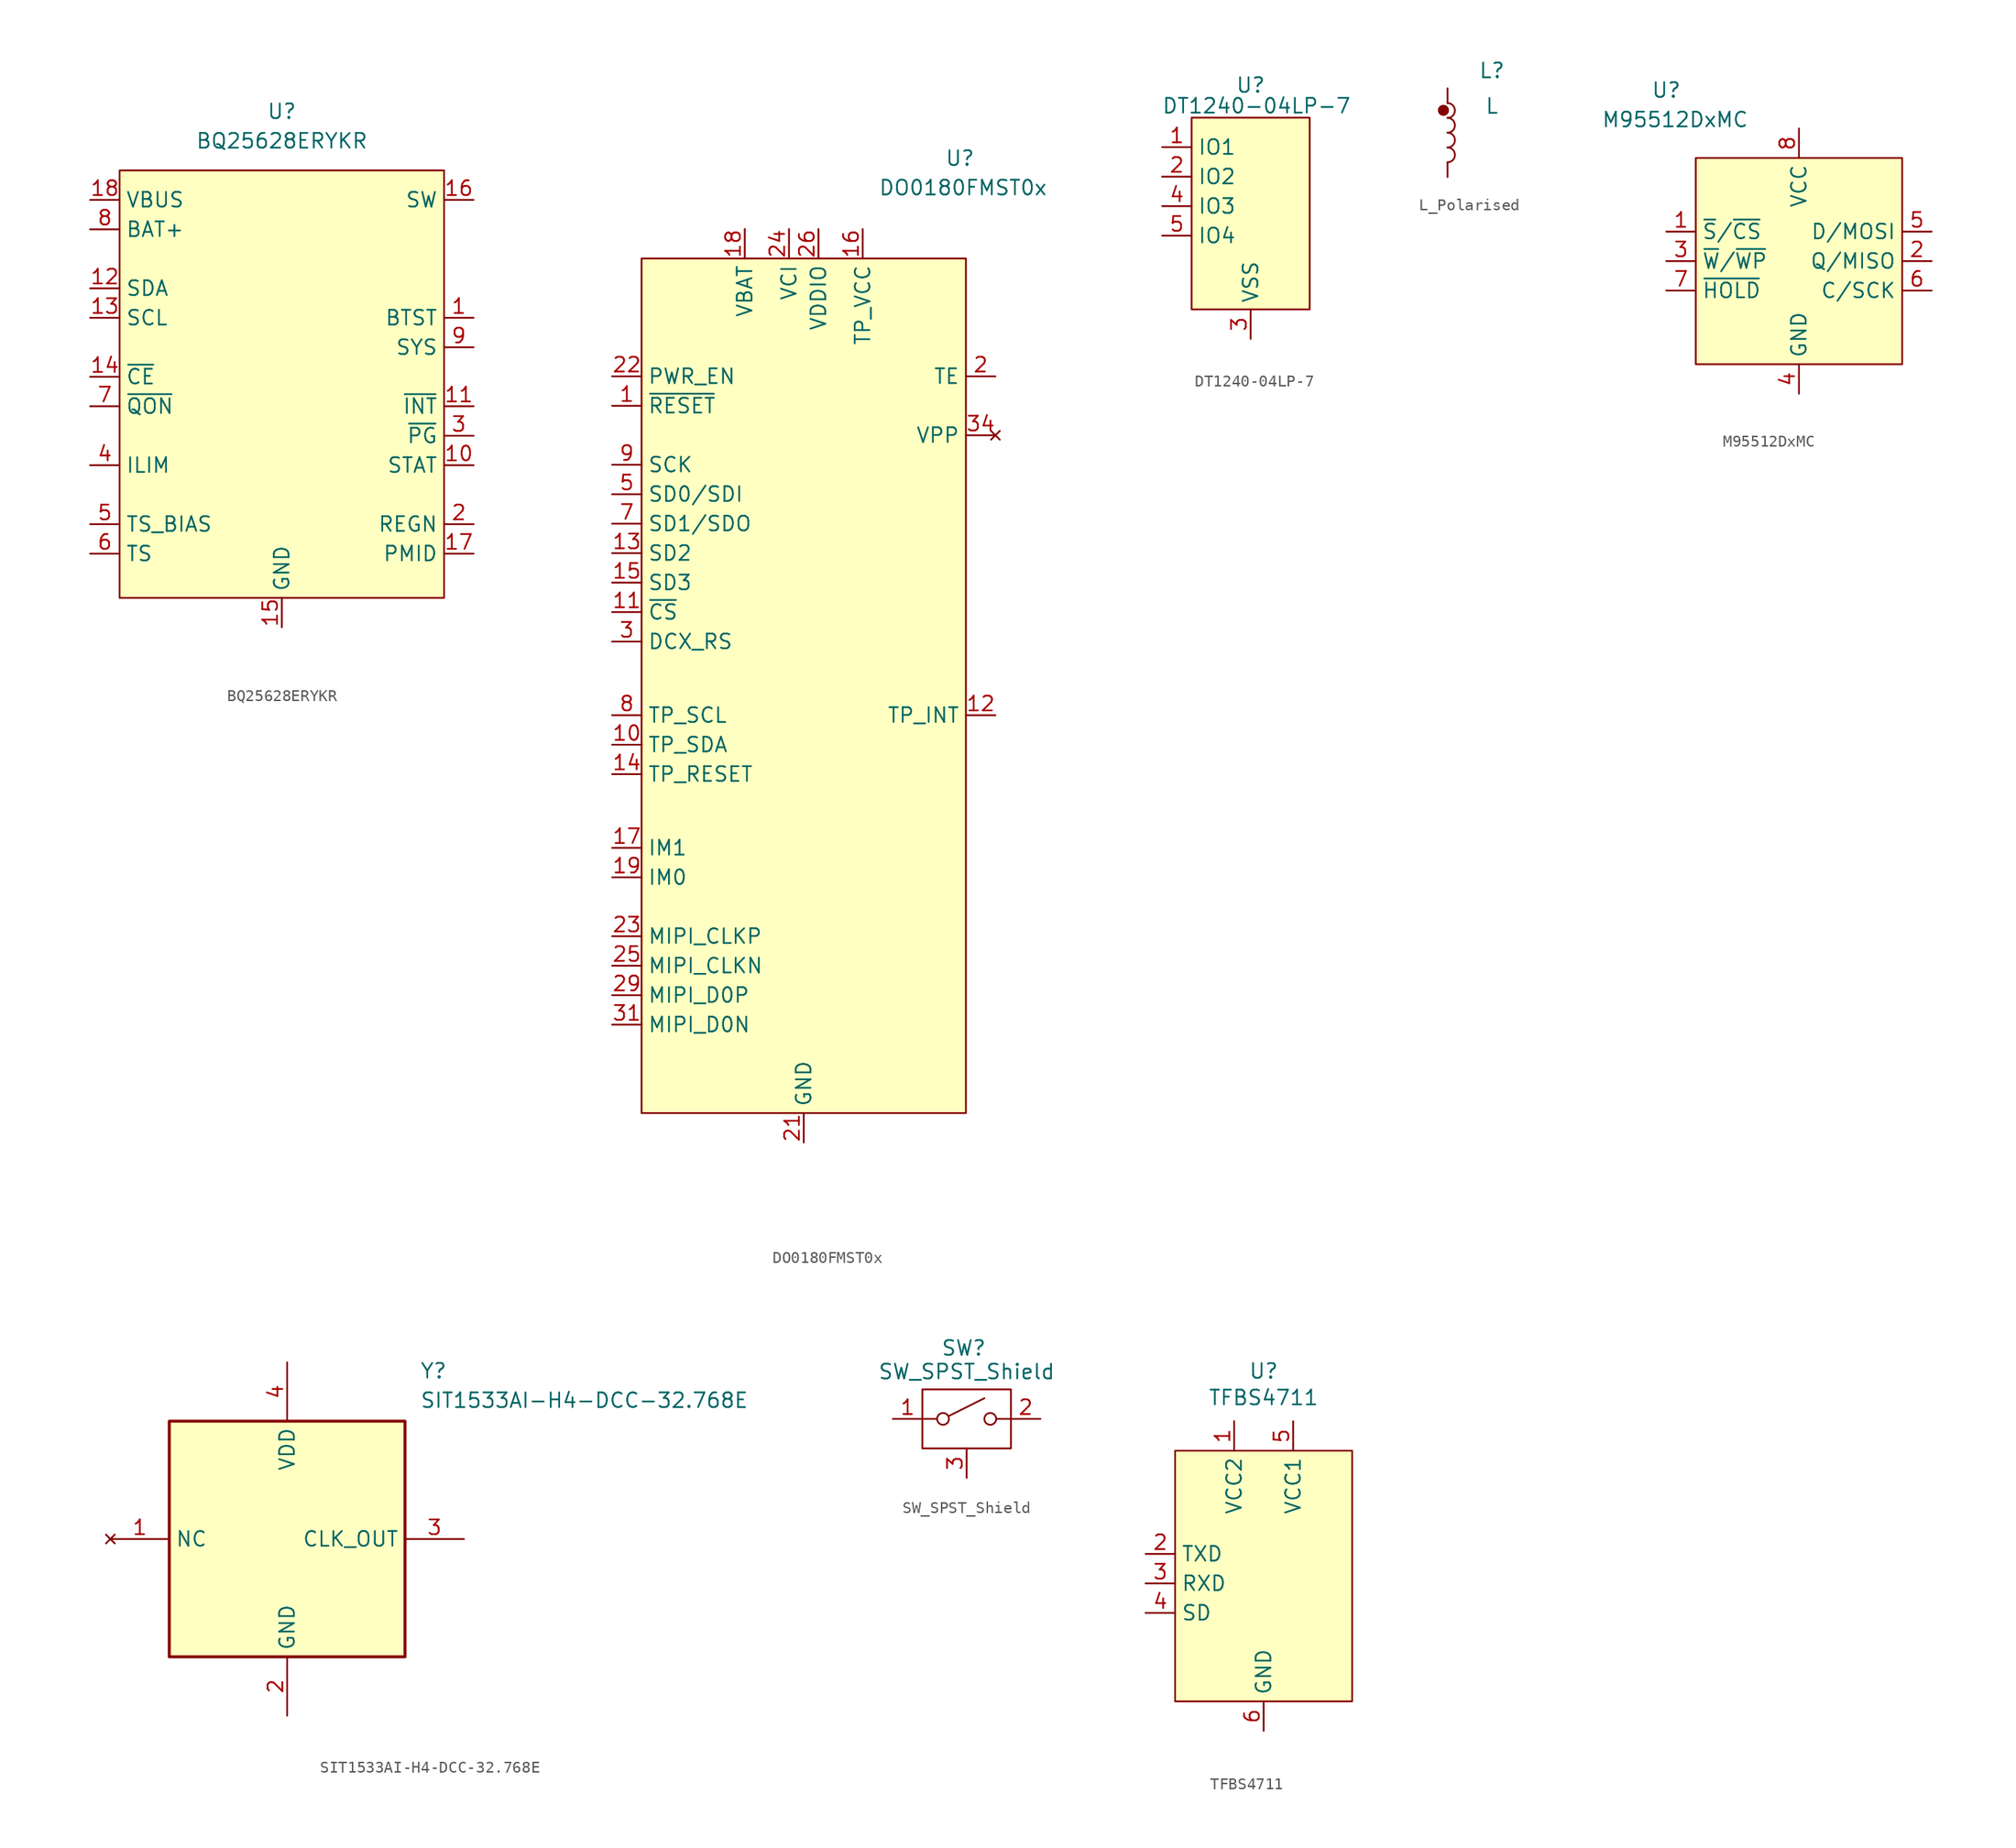
<source format=kicad_sym>
(kicad_symbol_lib
  (version 20241209)
  (generator "kicad_symbol_editor")
  (generator_version "9.0")
  (symbol "BQ25628ERYKR"
    (property "Reference" "U"
      (at 0 3.81 0)
      (effects (font (size 1.27 1.27))))
    (property "Value" "BQ25628ERYKR"
      (at 0 1.27 0)
      (effects (font (size 1.27 1.27))))
    (symbol "BQ25628ERYKR_1_1"
      (rectangle (start -13.97 -1.27) (end 13.97 -38.1) (stroke (width 0) (type solid)) (fill (type background)))
      (pin passive line (at -16.51 -3.81 0) (length 2.54) (name "VBUS" (effects (font (size 1.27 1.27)))) (number "18" (effects (font (size 1.27 1.27)))))
      (pin passive line (at -16.51 -6.35 0) (length 2.54) (name "BAT+" (effects (font (size 1.27 1.27)))) (number "8" (effects (font (size 1.27 1.27)))))
      (pin passive line (at -16.51 -11.43 0) (length 2.54) (name "SDA" (effects (font (size 1.27 1.27)))) (number "12" (effects (font (size 1.27 1.27)))))
      (pin passive line (at -16.51 -13.97 0) (length 2.54) (name "SCL" (effects (font (size 1.27 1.27)))) (number "13" (effects (font (size 1.27 1.27)))))
      (pin passive line (at -16.51 -19.05 0) (length 2.54) (name "~{CE}" (effects (font (size 1.27 1.27)))) (number "14" (effects (font (size 1.27 1.27)))))
      (pin passive line (at -16.51 -21.59 0) (length 2.54) (name "~{QON}" (effects (font (size 1.27 1.27)))) (number "7" (effects (font (size 1.27 1.27)))))
      (pin passive line (at -16.51 -26.67 0) (length 2.54) (name "ILIM" (effects (font (size 1.27 1.27)))) (number "4" (effects (font (size 1.27 1.27)))))
      (pin passive line (at -16.51 -31.75 0) (length 2.54) (name "TS_BIAS" (effects (font (size 1.27 1.27)))) (number "5" (effects (font (size 1.27 1.27)))))
      (pin passive line (at -16.51 -34.29 0) (length 2.54) (name "TS" (effects (font (size 1.27 1.27)))) (number "6" (effects (font (size 1.27 1.27)))))
      (pin passive line (at 0 -40.64 90) (length 2.54) (name "GND" (effects (font (size 1.27 1.27)))) (number "15" (effects (font (size 1.27 1.27)))))
      (pin passive line (at 16.51 -3.81 180) (length 2.54) (name "SW" (effects (font (size 1.27 1.27)))) (number "16" (effects (font (size 1.27 1.27)))))
      (pin passive line (at 16.51 -13.97 180) (length 2.54) (name "BTST" (effects (font (size 1.27 1.27)))) (number "1" (effects (font (size 1.27 1.27)))))
      (pin passive line (at 16.51 -16.51 180) (length 2.54) (name "SYS" (effects (font (size 1.27 1.27)))) (number "9" (effects (font (size 1.27 1.27)))))
      (pin passive line (at 16.51 -21.59 180) (length 2.54) (name "~{INT}" (effects (font (size 1.27 1.27)))) (number "11" (effects (font (size 1.27 1.27)))))
      (pin passive line (at 16.51 -24.13 180) (length 2.54) (name "~{PG}" (effects (font (size 1.27 1.27)))) (number "3" (effects (font (size 1.27 1.27)))))
      (pin passive line (at 16.51 -26.67 180) (length 2.54) (name "STAT" (effects (font (size 1.27 1.27)))) (number "10" (effects (font (size 1.27 1.27)))))
      (pin passive line (at 16.51 -31.75 180) (length 2.54) (name "REGN" (effects (font (size 1.27 1.27)))) (number "2" (effects (font (size 1.27 1.27)))))
      (pin passive line (at 16.51 -34.29 180) (length 2.54) (name "PMID" (effects (font (size 1.27 1.27)))) (number "17" (effects (font (size 1.27 1.27)))))))
  (symbol "DO0180FMST0x"
    (property "Reference" "U"
      (at 13.462 6.096 0)
      (effects (font (size 1.27 1.27))))
    (property "Value" "DO0180FMST0x"
      (at 13.716 3.556 0)
      (effects (font (size 1.27 1.27))))
    (symbol "DO0180FMST0x_1_1"
      (rectangle (start -13.97 -2.54) (end 13.97 -76.2) (stroke (width 0) (type solid)) (fill (type background)))
      (pin passive line (at -16.51 -12.7 0) (length 2.54) (name "PWR_EN" (effects (font (size 1.27 1.27)))) (number "22" (effects (font (size 1.27 1.27)))))
      (pin passive line (at -16.51 -15.24 0) (length 2.54) (name "~{RESET}" (effects (font (size 1.27 1.27)))) (number "1" (effects (font (size 1.27 1.27)))))
      (pin passive line (at -16.51 -20.32 0) (length 2.54) (name "SCK" (effects (font (size 1.27 1.27)))) (number "9" (effects (font (size 1.27 1.27)))))
      (pin passive line (at -16.51 -22.86 0) (length 2.54) (name "SD0/SDI" (effects (font (size 1.27 1.27)))) (number "5" (effects (font (size 1.27 1.27)))))
      (pin passive line (at -16.51 -25.4 0) (length 2.54) (name "SD1/SDO" (effects (font (size 1.27 1.27)))) (number "7" (effects (font (size 1.27 1.27)))))
      (pin passive line (at -16.51 -27.94 0) (length 2.54) (name "SD2" (effects (font (size 1.27 1.27)))) (number "13" (effects (font (size 1.27 1.27)))))
      (pin passive line (at -16.51 -30.48 0) (length 2.54) (name "SD3" (effects (font (size 1.27 1.27)))) (number "15" (effects (font (size 1.27 1.27)))))
      (pin passive line (at -16.51 -33.02 0) (length 2.54) (name "~{CS}" (effects (font (size 1.27 1.27)))) (number "11" (effects (font (size 1.27 1.27)))))
      (pin passive line (at -16.51 -35.56 0) (length 2.54) (name "DCX_RS" (effects (font (size 1.27 1.27)))) (number "3" (effects (font (size 1.27 1.27)))))
      (pin passive line (at -16.51 -41.91 0) (length 2.54) (name "TP_SCL" (effects (font (size 1.27 1.27)))) (number "8" (effects (font (size 1.27 1.27)))))
      (pin passive line (at -16.51 -44.45 0) (length 2.54) (name "TP_SDA" (effects (font (size 1.27 1.27)))) (number "10" (effects (font (size 1.27 1.27)))))
      (pin passive line (at -16.51 -46.99 0) (length 2.54) (name "TP_RESET" (effects (font (size 1.27 1.27)))) (number "14" (effects (font (size 1.27 1.27)))))
      (pin passive line (at -16.51 -53.34 0) (length 2.54) (name "IM1" (effects (font (size 1.27 1.27)))) (number "17" (effects (font (size 1.27 1.27)))))
      (pin passive line (at -16.51 -55.88 0) (length 2.54) (name "IM0" (effects (font (size 1.27 1.27)))) (number "19" (effects (font (size 1.27 1.27)))))
      (pin passive line (at -16.51 -60.96 0) (length 2.54) (name "MIPI_CLKP" (effects (font (size 1.27 1.27)))) (number "23" (effects (font (size 1.27 1.27)))))
      (pin passive line (at -16.51 -63.5 0) (length 2.54) (name "MIPI_CLKN" (effects (font (size 1.27 1.27)))) (number "25" (effects (font (size 1.27 1.27)))))
      (pin passive line (at -16.51 -66.04 0) (length 2.54) (name "MIPI_D0P" (effects (font (size 1.27 1.27)))) (number "29" (effects (font (size 1.27 1.27)))))
      (pin passive line (at -16.51 -68.58 0) (length 2.54) (name "MIPI_D0N" (effects (font (size 1.27 1.27)))) (number "31" (effects (font (size 1.27 1.27)))))
      (pin passive line (at -5.08 0 270) (length 2.54) (name "VBAT" (effects (font (size 1.27 1.27)))) (number "18" (effects (font (size 1.27 1.27)))))
      (pin passive line (at -5.08 0 270) (length 2.54) (hide yes) (name "VBAT" (effects (font (size 1.27 1.27)))) (number "20" (effects (font (size 1.27 1.27)))))
      (pin passive line (at -1.27 0 270) (length 2.54) (name "VCI" (effects (font (size 1.27 1.27)))) (number "24" (effects (font (size 1.27 1.27)))))
      (pin passive line (at 0 -78.74 90) (length 2.54) (name "GND" (effects (font (size 1.27 1.27)))) (number "21" (effects (font (size 1.27 1.27)))))
      (pin passive line (at 0 -78.74 90) (length 2.54) (hide yes) (name "GND" (effects (font (size 1.27 1.27)))) (number "27" (effects (font (size 1.27 1.27)))))
      (pin passive line (at 0 -78.74 90) (length 2.54) (hide yes) (name "GND" (effects (font (size 1.27 1.27)))) (number "28" (effects (font (size 1.27 1.27)))))
      (pin passive line (at 0 -78.74 90) (length 2.54) (hide yes) (name "GND" (effects (font (size 1.27 1.27)))) (number "33" (effects (font (size 1.27 1.27)))))
      (pin passive line (at 0 -78.74 90) (length 2.54) (hide yes) (name "GND" (effects (font (size 1.27 1.27)))) (number "4" (effects (font (size 1.27 1.27)))))
      (pin passive line (at 1.27 0 270) (length 2.54) (name "VDDIO" (effects (font (size 1.27 1.27)))) (number "26" (effects (font (size 1.27 1.27)))))
      (pin passive line (at 5.08 0 270) (length 2.54) (name "TP_VCC" (effects (font (size 1.27 1.27)))) (number "16" (effects (font (size 1.27 1.27)))))
      (pin passive line (at 16.51 -12.7 180) (length 2.54) (name "TE" (effects (font (size 1.27 1.27)))) (number "2" (effects (font (size 1.27 1.27)))))
      (pin no_connect line (at 16.51 -17.78 180) (length 2.54) (name "VPP" (effects (font (size 1.27 1.27)))) (number "34" (effects (font (size 1.27 1.27)))))
      (pin passive line (at 16.51 -41.91 180) (length 2.54) (name "TP_INT" (effects (font (size 1.27 1.27)))) (number "12" (effects (font (size 1.27 1.27)))))
      (pin no_connect line (at 16.51 -53.34 180) (length 2.54) (hide yes) (name "NC" (effects (font (size 1.27 1.27)))) (number "32" (effects (font (size 1.27 1.27)))))
      (pin no_connect line (at 16.51 -55.88 180) (length 2.54) (hide yes) (name "NC" (effects (font (size 1.27 1.27)))) (number "30" (effects (font (size 1.27 1.27)))))
      (pin no_connect line (at 16.51 -58.42 180) (length 2.54) (hide yes) (name "NC" (effects (font (size 1.27 1.27)))) (number "6" (effects (font (size 1.27 1.27)))))
      (pin no_connect line (at 16.51 -60.96 180) (length 2.54) (hide yes) (name "MP" (effects (font (size 1.27 1.27)))) (number "38" (effects (font (size 1.27 1.27)))))
      (pin no_connect line (at 16.51 -63.5 180) (length 2.54) (hide yes) (name "MP" (effects (font (size 1.27 1.27)))) (number "37" (effects (font (size 1.27 1.27)))))
      (pin no_connect line (at 16.51 -66.04 180) (length 2.54) (hide yes) (name "MP" (effects (font (size 1.27 1.27)))) (number "36" (effects (font (size 1.27 1.27)))))
      (pin no_connect line (at 16.51 -68.58 180) (length 2.54) (hide yes) (name "MP" (effects (font (size 1.27 1.27)))) (number "35" (effects (font (size 1.27 1.27)))))))
  (symbol "DT1240-04LP-7"
    (property "Reference" "U"
      (at 0 7.874 0)
      (effects (font (size 1.27 1.27))))
    (property "Value" "DT1240-04LP-7"
      (at 0.508 6.096 0)
      (effects (font (size 1.27 1.27))))
    (symbol "DT1240-04LP-7_1_1"
      (rectangle (start -5.08 5.08) (end 5.08 -11.43) (stroke (width 0) (type solid)) (fill (type background)))
      (pin passive line (at -7.62 2.54 0) (length 2.54) (name "IO1" (effects (font (size 1.27 1.27)))) (number "1" (effects (font (size 1.27 1.27)))))
      (pin passive line (at -7.62 0 0) (length 2.54) (name "IO2" (effects (font (size 1.27 1.27)))) (number "2" (effects (font (size 1.27 1.27)))))
      (pin passive line (at -7.62 -2.54 0) (length 2.54) (name "IO3" (effects (font (size 1.27 1.27)))) (number "4" (effects (font (size 1.27 1.27)))))
      (pin passive line (at -7.62 -5.08 0) (length 2.54) (name "IO4" (effects (font (size 1.27 1.27)))) (number "5" (effects (font (size 1.27 1.27)))))
      (pin passive line (at 0 -13.97 90) (length 2.54) (name "VSS" (effects (font (size 1.27 1.27)))) (number "3" (effects (font (size 1.27 1.27)))))
      (pin passive line (at 0 -13.97 90) (length 2.54) (hide yes) (name "VSS" (effects (font (size 1.27 1.27)))) (number "8" (effects (font (size 1.27 1.27)))))
      (pin no_connect line (at 7.62 2.54 180) (length 2.54) (hide yes) (name "NC" (effects (font (size 1.27 1.27)))) (number "10" (effects (font (size 1.27 1.27)))))
      (pin no_connect line (at 7.62 0 180) (length 2.54) (hide yes) (name "NC" (effects (font (size 1.27 1.27)))) (number "9" (effects (font (size 1.27 1.27)))))
      (pin no_connect line (at 7.62 -2.54 180) (length 2.54) (hide yes) (name "NC" (effects (font (size 1.27 1.27)))) (number "7" (effects (font (size 1.27 1.27)))))
      (pin no_connect line (at 7.62 -5.08 180) (length 2.54) (hide yes) (name "NC" (effects (font (size 1.27 1.27)))) (number "6" (effects (font (size 1.27 1.27)))))))
  (symbol "L_Polarised"
    (pin_numbers
      (hide yes))
    (pin_names
      (hide yes))
    (property "Reference" "L"
      (at 3.81 1.524 0)
      (effects (font (size 1.27 1.27))))
    (property "Value" "L"
      (at 3.81 -1.524 0)
      (effects (font (size 1.27 1.27))))
    (symbol "L_Polarised_0_1"
      (arc (start 0 -1.27) (mid 0.6323 -1.905) (end 0 -2.54) (stroke (width 0) (type default)) (fill (type none)))
      (arc (start 0 -2.54) (mid 0.6323 -3.175) (end 0 -3.81) (stroke (width 0) (type default)) (fill (type none)))
      (arc (start 0 -3.81) (mid 0.6323 -4.445) (end 0 -5.08) (stroke (width 0) (type default)) (fill (type none)))
      (arc (start 0 -5.08) (mid 0.6323 -5.715) (end 0 -6.35) (stroke (width 0) (type default)) (fill (type none))))
    (symbol "L_Polarised_1_1"
      (circle (center -0.352 -1.889) (radius 0.398) (stroke (width 0) (type solid)) (fill (type color) (color 132 0 0 1)))
      (pin passive line (at 0 0 270) (length 1.27) (name "1" (effects (font (size 1.27 1.27)))) (number "1" (effects (font (size 1.27 1.27)))))
      (pin passive line (at 0 -7.62 90) (length 1.27) (name "2" (effects (font (size 1.27 1.27)))) (number "2" (effects (font (size 1.27 1.27)))))))
  (symbol "M95512DxMC"
    (property "Reference" "U"
      (at -11.43 3.302 0)
      (effects (font (size 1.27 1.27))))
    (property "Value" "M95512DxMC"
      (at -10.668 0.762 0)
      (effects (font (size 1.27 1.27))))
    (symbol "M95512DxMC_1_1"
      (rectangle (start -8.89 -2.54) (end 8.89 -20.32) (stroke (width 0) (type solid)) (fill (type background)))
      (pin passive line (at -11.43 -8.89 0) (length 2.54) (name "~{S}/~{CS}" (effects (font (size 1.27 1.27)))) (number "1" (effects (font (size 1.27 1.27)))))
      (pin passive line (at -11.43 -11.43 0) (length 2.54) (name "~{W}/~{WP}" (effects (font (size 1.27 1.27)))) (number "3" (effects (font (size 1.27 1.27)))))
      (pin passive line (at -11.43 -13.97 0) (length 2.54) (name "~{HOLD}" (effects (font (size 1.27 1.27)))) (number "7" (effects (font (size 1.27 1.27)))))
      (pin passive line (at 0 0 270) (length 2.54) (name "VCC" (effects (font (size 1.27 1.27)))) (number "8" (effects (font (size 1.27 1.27)))))
      (pin passive line (at 0 -22.86 90) (length 2.54) (name "GND" (effects (font (size 1.27 1.27)))) (number "4" (effects (font (size 1.27 1.27)))))
      (pin passive line (at 0 -22.86 90) (length 2.54) (hide yes) (name "EPAD" (effects (font (size 1.27 1.27)))) (number "9" (effects (font (size 1.27 1.27)))))
      (pin passive line (at 11.43 -8.89 180) (length 2.54) (name "D/MOSI" (effects (font (size 1.27 1.27)))) (number "5" (effects (font (size 1.27 1.27)))))
      (pin passive line (at 11.43 -11.43 180) (length 2.54) (name "Q/MISO" (effects (font (size 1.27 1.27)))) (number "2" (effects (font (size 1.27 1.27)))))
      (pin passive line (at 11.43 -13.97 180) (length 2.54) (name "C/SCK" (effects (font (size 1.27 1.27)))) (number "6" (effects (font (size 1.27 1.27)))))))
  (symbol "SIT1533AI-H4-DCC-32.768E"
    (property "Reference" "Y"
      (at 26.67 15.24 0)
      (effects (font (size 1.27 1.27)) (justify left top)))
    (property "Value" "SIT1533AI-H4-DCC-32.768E"
      (at 26.67 12.7 0)
      (effects (font (size 1.27 1.27)) (justify left top)))
    (symbol "SIT1533AI-H4-DCC-32.768E_1_1"
      (rectangle (start 5.08 10.16) (end 25.4 -10.16) (stroke (width 0.254) (type default)) (fill (type background)))
      (pin no_connect line (at 0 0 0) (length 5.08) (name "NC" (effects (font (size 1.27 1.27)))) (number "1" (effects (font (size 1.27 1.27)))))
      (pin passive line (at 15.24 15.24 270) (length 5.08) (name "VDD" (effects (font (size 1.27 1.27)))) (number "4" (effects (font (size 1.27 1.27)))))
      (pin passive line (at 15.24 -15.24 90) (length 5.08) (name "GND" (effects (font (size 1.27 1.27)))) (number "2" (effects (font (size 1.27 1.27)))))
      (pin passive line (at 30.48 0 180) (length 5.08) (name "CLK_OUT" (effects (font (size 1.27 1.27)))) (number "3" (effects (font (size 1.27 1.27)))))))
  (symbol "SW_SPST_Shield"
    (pin_names
      (offset 0)
      (hide yes))
    (property "Reference" "SW"
      (at -0.254 6.096 0)
      (effects (font (size 1.27 1.27))))
    (property "Value" "SW_SPST_Shield"
      (at 0 4.064 0)
      (effects (font (size 1.27 1.27))))
    (symbol "SW_SPST_Shield_0_0"
      (circle (center -2.032 0) (radius 0.508) (stroke (width 0) (type default)) (fill (type none)))
      (polyline (pts (xy -1.524 0.254) (xy 1.524 1.778)) (stroke (width 0) (type default)) (fill (type none)))
      (circle (center 2.032 0) (radius 0.508) (stroke (width 0) (type default)) (fill (type none))))
    (symbol "SW_SPST_Shield_0_1"
      (rectangle (start -3.81 2.54) (end 3.81 -2.54) (stroke (width 0) (type default)) (fill (type none)))
      (polyline (pts (xy -3.81 0) (xy -2.54 0)) (stroke (width 0) (type default)) (fill (type none)))
      (polyline (pts (xy 2.54 0) (xy 3.81 0)) (stroke (width 0) (type default)) (fill (type none))))
    (symbol "SW_SPST_Shield_1_1"
      (pin passive line (at -6.35 0 0) (length 2.54) (name "A" (effects (font (size 1.27 1.27)))) (number "1" (effects (font (size 1.27 1.27)))))
      (pin passive line (at 0 -5.08 90) (length 2.54) (name "SHIELD" (effects (font (size 1.27 1.27)))) (number "3" (effects (font (size 1.27 1.27)))))
      (pin passive line (at 6.35 0 180) (length 2.54) (name "B" (effects (font (size 1.27 1.27)))) (number "2" (effects (font (size 1.27 1.27)))))))
  (symbol "TFBS4711"
    (property "Reference" "U"
      (at 0 3.048 0)
      (effects (font (size 1.27 1.27))))
    (property "Value" "TFBS4711"
      (at 0 0.762 0)
      (effects (font (size 1.27 1.27))))
    (symbol "TFBS4711_1_1"
      (rectangle (start -7.62 -3.81) (end 7.62 -25.4) (stroke (width 0) (type solid)) (fill (type background)))
      (pin passive line (at -10.16 -12.7 0) (length 2.54) (name "TXD" (effects (font (size 1.27 1.27)))) (number "2" (effects (font (size 1.27 1.27)))))
      (pin passive line (at -10.16 -15.24 0) (length 2.54) (name "RXD" (effects (font (size 1.27 1.27)))) (number "3" (effects (font (size 1.27 1.27)))))
      (pin passive line (at -10.16 -17.78 0) (length 2.54) (name "SD" (effects (font (size 1.27 1.27)))) (number "4" (effects (font (size 1.27 1.27)))))
      (pin power_in line (at -2.54 -1.27 270) (length 2.54) (name "VCC2" (effects (font (size 1.27 1.27)))) (number "1" (effects (font (size 1.27 1.27)))))
      (pin power_in line (at 0 -27.94 90) (length 2.54) (name "GND" (effects (font (size 1.27 1.27)))) (number "6" (effects (font (size 1.27 1.27)))))
      (pin power_in line (at 2.54 -1.27 270) (length 2.54) (name "VCC1" (effects (font (size 1.27 1.27)))) (number "5" (effects (font (size 1.27 1.27))))))))
</source>
